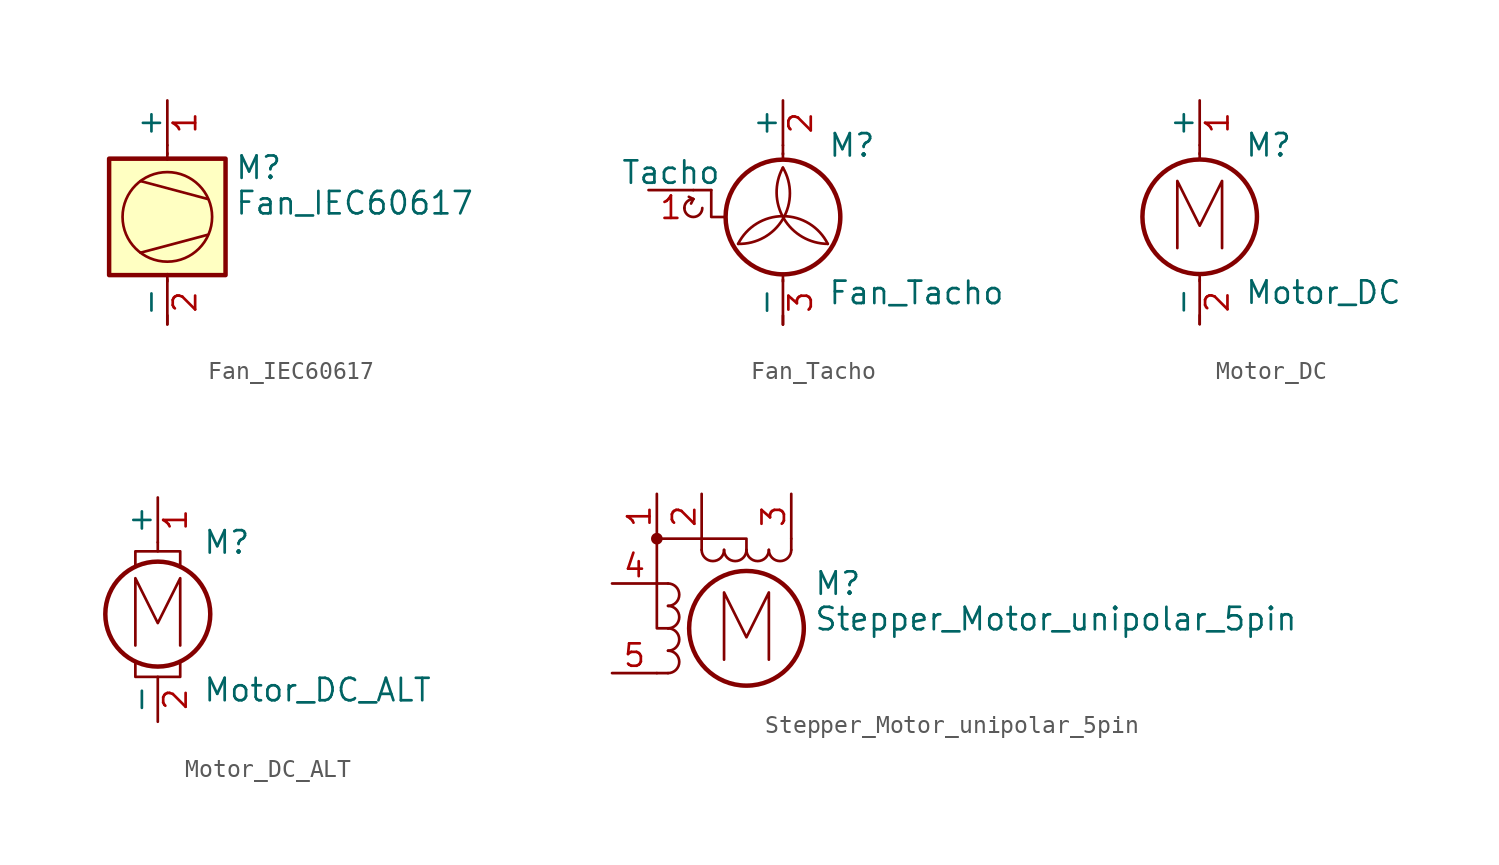
<source format=kicad_sym>
(kicad_symbol_lib
  (version 20220914)
  (generator kicad_symbol_editor)
  (symbol "Fan_IEC60617"
    (pin_names
      (offset 0))
    (property "Reference" "M"
      (at 3.81 3.81 0)
      (effects (font (size 1.27 1.27)) (justify left)))
    (property "Value" "Fan_IEC60617"
      (at 3.81 2.54 0)
      (effects (font (size 1.27 1.27)) (justify left top)))
    (symbol "Fan_IEC60617_0_1"
      (rectangle (start -3.302 4.318) (end 3.302 -2.286) (stroke (width 0.254) (type default)) (fill (type background)))
      (polyline (pts (xy -1.524 -1.016) (xy 2.286 0)) (stroke (width 0) (type default)) (fill (type none)))
      (polyline (pts (xy -1.524 3.048) (xy 2.286 2.032)) (stroke (width 0) (type default)) (fill (type none)))
      (polyline (pts (xy 0 -5.08) (xy 0 -4.572)) (stroke (width 0) (type default)) (fill (type none)))
      (polyline (pts (xy 0 -2.235) (xy 0 -2.642)) (stroke (width 0) (type default)) (fill (type none)))
      (polyline (pts (xy 0 4.267) (xy 0 4.623)) (stroke (width 0) (type default)) (fill (type none)))
      (polyline (pts (xy 0 4.572) (xy 0 5.08)) (stroke (width 0) (type default)) (fill (type none)))
      (circle (center 0 1.016) (radius 2.54) (stroke (width 0) (type default)) (fill (type none))))
    (symbol "Fan_IEC60617_1_1"
      (pin passive line (at 0 7.62 270) (length 2.54) (name "+" (effects (font (size 1.27 1.27)))) (number "1" (effects (font (size 1.27 1.27)))))
      (pin passive line (at 0 -5.08 90) (length 2.54) (name "-" (effects (font (size 1.27 1.27)))) (number "2" (effects (font (size 1.27 1.27)))))))
  (symbol "Fan_Tacho"
    (pin_names
      (offset 0))
    (property "Reference" "M"
      (at 2.54 2.54 0)
      (effects (font (size 1.27 1.27)) (justify left)))
    (property "Value" "Fan_Tacho"
      (at 2.54 -5.08 0)
      (effects (font (size 1.27 1.27)) (justify left top)))
    (symbol "Fan_Tacho_0_0"
      (arc (start -5.588 -1.016) (mid -5.08 -1.5218) (end -4.572 -1.016) (stroke (width 0) (type default)) (fill (type none)))
      (arc (start -5.08 -0.508) (mid -5.4392 -0.6568) (end -5.588 -1.016) (stroke (width 0) (type default)) (fill (type none)))
      (polyline (pts (xy -5.08 -0.508) (xy -5.334 -0.381)) (stroke (width 0) (type default)) (fill (type none)))
      (polyline (pts (xy -5.08 -0.508) (xy -5.207 -0.762)) (stroke (width 0) (type default)) (fill (type none)))
      (polyline (pts (xy -4.064 0) (xy -4.064 -1.524) (xy -3.302 -1.524)) (stroke (width 0) (type default)) (fill (type none))))
    (symbol "Fan_Tacho_0_1"
      (arc (start -2.54 -3.048) (mid 0.0028 -1.6279) (end 0 1.27) (stroke (width 0) (type default)) (fill (type none)))
      (circle (center 0 -1.524) (radius 3.251) (stroke (width 0.254) (type default)) (fill (type none)))
      (polyline (pts (xy -4.064 0) (xy -5.08 0)) (stroke (width 0) (type default)) (fill (type none)))
      (polyline (pts (xy 0 -7.62) (xy 0 -7.112)) (stroke (width 0) (type default)) (fill (type none)))
      (polyline (pts (xy 0 -4.775) (xy 0 -5.182)) (stroke (width 0) (type default)) (fill (type none)))
      (polyline (pts (xy 0 1.727) (xy 0 2.083)) (stroke (width 0) (type default)) (fill (type none)))
      (polyline (pts (xy 0 2.032) (xy 0 2.54)) (stroke (width 0) (type default)) (fill (type none)))
      (arc (start 0 1.27) (mid 0.053 -1.619) (end 2.54 -3.048) (stroke (width 0) (type default)) (fill (type none)))
      (arc (start 2.54 -3.048) (mid 0 -1.4782) (end -2.54 -3.048) (stroke (width 0) (type default)) (fill (type none))))
    (symbol "Fan_Tacho_1_1"
      (pin passive line (at -7.62 0 0) (length 2.54) (name "Tacho" (effects (font (size 1.27 1.27)))) (number "1" (effects (font (size 1.27 1.27)))))
      (pin passive line (at 0 5.08 270) (length 2.54) (name "+" (effects (font (size 1.27 1.27)))) (number "2" (effects (font (size 1.27 1.27)))))
      (pin passive line (at 0 -7.62 90) (length 2.54) (name "-" (effects (font (size 1.27 1.27)))) (number "3" (effects (font (size 1.27 1.27)))))))
  (symbol "Motor_DC"
    (pin_names
      (offset 0))
    (property "Reference" "M"
      (at 2.54 2.54 0)
      (effects (font (size 1.27 1.27)) (justify left)))
    (property "Value" "Motor_DC"
      (at 2.54 -5.08 0)
      (effects (font (size 1.27 1.27)) (justify left top)))
    (symbol "Motor_DC_0_0"
      (polyline (pts (xy -1.27 -3.302) (xy -1.27 0.508) (xy 0 -2.032) (xy 1.27 0.508) (xy 1.27 -3.302)) (stroke (width 0) (type default)) (fill (type none))))
    (symbol "Motor_DC_0_1"
      (circle (center 0 -1.524) (radius 3.251) (stroke (width 0.254) (type default)) (fill (type none)))
      (polyline (pts (xy 0 -7.62) (xy 0 -7.112)) (stroke (width 0) (type default)) (fill (type none)))
      (polyline (pts (xy 0 -4.775) (xy 0 -5.182)) (stroke (width 0) (type default)) (fill (type none)))
      (polyline (pts (xy 0 1.727) (xy 0 2.083)) (stroke (width 0) (type default)) (fill (type none)))
      (polyline (pts (xy 0 2.032) (xy 0 2.54)) (stroke (width 0) (type default)) (fill (type none))))
    (symbol "Motor_DC_1_1"
      (pin passive line (at 0 5.08 270) (length 2.54) (name "+" (effects (font (size 1.27 1.27)))) (number "1" (effects (font (size 1.27 1.27)))))
      (pin passive line (at 0 -7.62 90) (length 2.54) (name "-" (effects (font (size 1.27 1.27)))) (number "2" (effects (font (size 1.27 1.27)))))))
  (symbol "Motor_DC_ALT"
    (pin_names
      (offset 0))
    (property "Reference" "M"
      (at 2.54 2.54 0)
      (effects (font (size 1.27 1.27)) (justify left)))
    (property "Value" "Motor_DC_ALT"
      (at 2.54 -5.08 0)
      (effects (font (size 1.27 1.27)) (justify left top)))
    (symbol "Motor_DC_ALT_0_0"
      (circle (center 0 -1.524) (radius 2.972) (stroke (width 0.254) (type default)) (fill (type none)))
      (polyline (pts (xy -1.27 -4.318) (xy -1.27 -5.08) (xy 1.27 -5.08) (xy 1.27 -4.318)) (stroke (width 0) (type default)) (fill (type none)))
      (polyline (pts (xy -1.27 1.27) (xy -1.27 2.032) (xy 1.27 2.032) (xy 1.27 1.27)) (stroke (width 0) (type default)) (fill (type none)))
      (polyline (pts (xy -1.27 -3.302) (xy -1.27 0.508) (xy 0 -2.032) (xy 1.27 0.508) (xy 1.27 -3.302)) (stroke (width 0) (type default)) (fill (type none))))
    (symbol "Motor_DC_ALT_0_1"
      (polyline (pts (xy 0 2.032) (xy 0 2.54)) (stroke (width 0) (type default)) (fill (type none))))
    (symbol "Motor_DC_ALT_1_1"
      (pin passive line (at 0 5.08 270) (length 2.54) (name "+" (effects (font (size 1.27 1.27)))) (number "1" (effects (font (size 1.27 1.27)))))
      (pin passive line (at 0 -7.62 90) (length 2.54) (name "-" (effects (font (size 1.27 1.27)))) (number "2" (effects (font (size 1.27 1.27)))))))
  (symbol "Stepper_Motor_unipolar_5pin"
    (pin_names
      (offset 0) hide)
    (property "Reference" "M"
      (at 3.81 2.54 0)
      (effects (font (size 1.27 1.27)) (justify left)))
    (property "Value" "Stepper_Motor_unipolar_5pin"
      (at 3.81 1.27 0)
      (effects (font (size 1.27 1.27)) (justify left top)))
    (symbol "Stepper_Motor_unipolar_5pin_0_0"
      (polyline (pts (xy -1.27 -1.778) (xy -1.27 2.032) (xy 0 -0.508) (xy 1.27 2.032) (xy 1.27 -1.778)) (stroke (width 0) (type default)) (fill (type none))))
    (symbol "Stepper_Motor_unipolar_5pin_0_1"
      (circle (center -5.08 5.08) (radius 0.0001) (stroke (width 0) (type default)) (fill (type outline)))
      (circle (center -5.08 5.08) (radius 0.254) (stroke (width 0) (type default)) (fill (type outline)))
      (arc (start -4.445 -2.54) (mid -3.8127 -1.905) (end -4.445 -1.27) (stroke (width 0) (type default)) (fill (type none)))
      (arc (start -4.445 -1.27) (mid -3.8127 -0.635) (end -4.445 0) (stroke (width 0) (type default)) (fill (type none)))
      (arc (start -4.445 0) (mid -3.8127 0.635) (end -4.445 1.27) (stroke (width 0) (type default)) (fill (type none)))
      (arc (start -4.445 1.27) (mid -3.8127 1.905) (end -4.445 2.54) (stroke (width 0) (type default)) (fill (type none)))
      (arc (start -2.54 4.445) (mid -1.905 3.8127) (end -1.27 4.445) (stroke (width 0) (type default)) (fill (type none)))
      (arc (start -1.27 4.445) (mid -0.635 3.8127) (end 0 4.445) (stroke (width 0) (type default)) (fill (type none)))
      (polyline (pts (xy -5.08 -2.54) (xy -4.445 -2.54)) (stroke (width 0) (type default)) (fill (type none)))
      (polyline (pts (xy -5.08 2.54) (xy -4.445 2.54)) (stroke (width 0) (type default)) (fill (type none)))
      (polyline (pts (xy -2.54 4.445) (xy -2.54 5.08)) (stroke (width 0) (type default)) (fill (type none)))
      (polyline (pts (xy 2.54 4.445) (xy 2.54 5.08)) (stroke (width 0) (type default)) (fill (type none)))
      (polyline (pts (xy -5.08 5.08) (xy -5.08 0) (xy -4.445 0)) (stroke (width 0) (type default)) (fill (type none)))
      (polyline (pts (xy 0 4.445) (xy 0 5.08) (xy -5.08 5.08)) (stroke (width 0) (type default)) (fill (type none)))
      (circle (center 0 0) (radius 3.251) (stroke (width 0.254) (type default)) (fill (type none)))
      (arc (start 0 4.445) (mid 0.635 3.8127) (end 1.27 4.445) (stroke (width 0) (type default)) (fill (type none)))
      (arc (start 1.27 4.445) (mid 1.905 3.8127) (end 2.54 4.445) (stroke (width 0) (type default)) (fill (type none))))
    (symbol "Stepper_Motor_unipolar_5pin_1_1"
      (pin passive line (at -5.08 7.62 270) (length 2.54) (name "~" (effects (font (size 1.27 1.27)))) (number "1" (effects (font (size 1.27 1.27)))))
      (pin passive line (at -2.54 7.62 270) (length 2.54) (name "~" (effects (font (size 1.27 1.27)))) (number "2" (effects (font (size 1.27 1.27)))))
      (pin passive line (at 2.54 7.62 270) (length 2.54) (name "-" (effects (font (size 1.27 1.27)))) (number "3" (effects (font (size 1.27 1.27)))))
      (pin passive line (at -7.62 2.54 0) (length 2.54) (name "~" (effects (font (size 1.27 1.27)))) (number "4" (effects (font (size 1.27 1.27)))))
      (pin passive line (at -7.62 -2.54 0) (length 2.54) (name "~" (effects (font (size 1.27 1.27)))) (number "5" (effects (font (size 1.27 1.27))))))))
</source>
